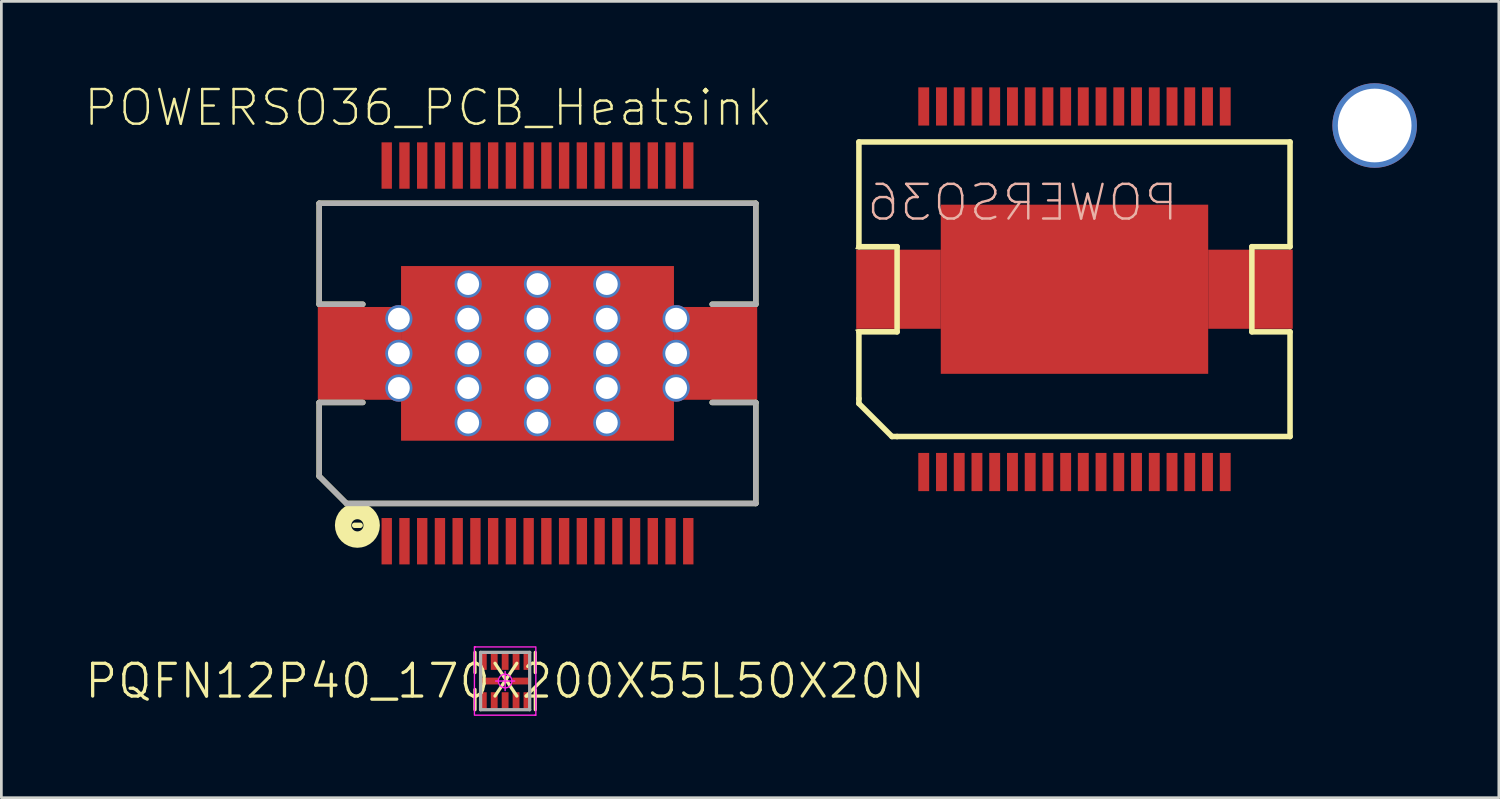
<source format=kicad_pcb>
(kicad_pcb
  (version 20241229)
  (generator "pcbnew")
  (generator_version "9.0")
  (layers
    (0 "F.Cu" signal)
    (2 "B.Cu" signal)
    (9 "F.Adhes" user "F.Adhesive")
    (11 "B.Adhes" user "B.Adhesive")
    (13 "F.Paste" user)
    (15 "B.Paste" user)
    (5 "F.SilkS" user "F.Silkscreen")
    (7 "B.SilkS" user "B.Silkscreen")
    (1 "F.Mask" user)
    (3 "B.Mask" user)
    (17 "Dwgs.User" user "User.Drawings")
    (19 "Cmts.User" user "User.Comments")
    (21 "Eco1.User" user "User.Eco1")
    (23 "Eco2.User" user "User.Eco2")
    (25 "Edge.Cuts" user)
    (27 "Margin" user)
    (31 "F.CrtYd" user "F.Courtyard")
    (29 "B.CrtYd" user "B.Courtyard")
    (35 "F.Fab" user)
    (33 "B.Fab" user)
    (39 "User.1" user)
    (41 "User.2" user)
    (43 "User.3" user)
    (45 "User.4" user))
  (footprint "PQFN12P40_170X200X55L50X20N"
    (layer "F.Cu")
    (at 15.46 21.906)
    (property "Reference" "PQFN12P40_170X200X55L50X20N" (at 0 0 0) (layer "F.SilkS") (effects (font (size 1.2 1.2) (thickness 0.12))))
    (attr smd)
    (fp_line (start -1.105 -1.05) (end -1.105 -0.31) (stroke (width 0.12) (type solid)) (layer "F.SilkS"))
    (fp_line (start -1.105 1.05) (end -1.105 0.31) (stroke (width 0.12) (type solid)) (layer "F.SilkS"))
    (fp_line (start 1.105 -1.05) (end 1.105 -0.31) (stroke (width 0.12) (type solid)) (layer "F.SilkS"))
    (fp_line (start 1.105 1.05) (end 1.105 0.31) (stroke (width 0.12) (type solid)) (layer "F.SilkS"))
    (fp_line (start -1.125 -1.25) (end -1.125 1.25) (stroke (width 0.05) (type solid)) (layer "F.CrtYd"))
    (fp_line (start -1.1 -1.25) (end -1.125 -1.25) (stroke (width 0.05) (type solid)) (layer "F.CrtYd"))
    (fp_line (start -1.1 -1.25) (end -1.1 -1.25) (stroke (width 0.05) (type solid)) (layer "F.CrtYd"))
    (fp_line (start -1.1 1.25) (end 1.1 1.25) (stroke (width 0.05) (type solid)) (layer "F.CrtYd"))
    (fp_line (start -0.35 0) (end 0.35 0) (stroke (width 0.05) (type solid)) (layer "F.CrtYd"))
    (fp_line (start 0 -0.35) (end 0 0.35) (stroke (width 0.05) (type solid)) (layer "F.CrtYd"))
    (fp_line (start 1.1 -1.25) (end -1.1 -1.25) (stroke (width 0.05) (type solid)) (layer "F.CrtYd"))
    (fp_line (start 1.1 1.25) (end 1.1 1.25) (stroke (width 0.05) (type solid)) (layer "F.CrtYd"))
    (fp_line (start 1.1 1.25) (end 1.125 1.25) (stroke (width 0.05) (type solid)) (layer "F.CrtYd"))
    (fp_line (start 1.125 1.25) (end 1.125 -1.25) (stroke (width 0.05) (type solid)) (layer "F.CrtYd"))
    (fp_circle (center 0 0) (end 0 0.25) (stroke (width 0.05) (type solid)) (fill no) (layer "F.CrtYd"))
    (fp_line (start -0.9 -1.05) (end 0.9 -1.05) (stroke (width 0.12) (type solid)) (layer "F.Fab"))
    (fp_line (start -0.9 1.05) (end -0.9 -1.05) (stroke (width 0.12) (type solid)) (layer "F.Fab"))
    (fp_line (start 0.9 -1.05) (end 0.9 1.05) (stroke (width 0.12) (type solid)) (layer "F.Fab"))
    (fp_line (start 0.9 1.05) (end -0.9 1.05) (stroke (width 0.12) (type solid)) (layer "F.Fab"))
    (pad "1" smd rect (at -0.8 0.73 90) (size 0.64 0.25) (layers "F.Cu" "F.Mask" "F.Paste"))
    (pad "2" smd rect (at -0.4 0.73 90) (size 0.64 0.25) (layers "F.Cu" "F.Mask" "F.Paste"))
    (pad "3" smd rect (at 0 0.73 90) (size 0.64 0.25) (layers "F.Cu" "F.Mask" "F.Paste"))
    (pad "4" smd rect (at 0.4 0.73 90) (size 0.64 0.25) (layers "F.Cu" "F.Mask" "F.Paste"))
    (pad "5" smd rect (at 0.8 0.73 90) (size 0.64 0.25) (layers "F.Cu" "F.Mask" "F.Paste"))
    (pad "6" smd rect (at 0.58 0) (size 0.64 0.25) (layers "F.Cu" "F.Mask" "F.Paste"))
    (pad "7" smd rect (at 0.8 -0.73 90) (size 0.64 0.25) (layers "F.Cu" "F.Mask" "F.Paste"))
    (pad "8" smd rect (at 0.4 -0.73 90) (size 0.64 0.25) (layers "F.Cu" "F.Mask" "F.Paste"))
    (pad "9" smd rect (at 0 -0.73 90) (size 0.64 0.25) (layers "F.Cu" "F.Mask" "F.Paste"))
    (pad "10" smd rect (at -0.4 -0.73 90) (size 0.64 0.25) (layers "F.Cu" "F.Mask" "F.Paste"))
    (pad "11" smd rect (at -0.8 -0.73 90) (size 0.64 0.25) (layers "F.Cu" "F.Mask" "F.Paste"))
    (pad "12" smd rect (at -0.58 0) (size 0.64 0.25) (layers "F.Cu" "F.Mask" "F.Paste")))
  (footprint "POWERSO36"
    (layer "F.Cu")
    (at 36.323 7.549)
    (property "Reference" "POWERSO36" (at -1.905 -3.175 0) (layer "B.SilkS") (effects (font (size 1.27 1.27) (thickness 0.089)) (justify mirror)))
    (attr smd)
    (fp_line (start -7.998 -1.499) (end -6.5 -1.499) (stroke (width 0.066) (type solid)) (layer "F.SilkS"))
    (fp_line (start -7.998 1.499) (end -6.5 1.499) (stroke (width 0.066) (type solid)) (layer "F.SilkS"))
    (fp_line (start -7.899 -5.397) (end 7.899 -5.397) (stroke (width 0.203) (type solid)) (layer "F.SilkS"))
    (fp_line (start -7.899 -1.56) (end -7.899 -5.397) (stroke (width 0.203) (type solid)) (layer "F.SilkS"))
    (fp_line (start -7.899 1.56) (end -6.5 1.56) (stroke (width 0.203) (type solid)) (layer "F.SilkS"))
    (fp_line (start -7.899 4.008) (end -7.899 1.56) (stroke (width 0.203) (type solid)) (layer "F.SilkS"))
    (fp_line (start -7.899 4.188) (end -7.899 4.008) (stroke (width 0.203) (type solid)) (layer "F.SilkS"))
    (fp_line (start -6.688 5.397) (end -7.899 4.188) (stroke (width 0.203) (type solid)) (layer "F.SilkS"))
    (fp_line (start -6.5 -1.56) (end -7.899 -1.56) (stroke (width 0.203) (type solid)) (layer "F.SilkS"))
    (fp_line (start -6.5 1.499) (end -6.5 -1.499) (stroke (width 0.066) (type solid)) (layer "F.SilkS"))
    (fp_line (start -6.5 1.56) (end -6.5 -1.56) (stroke (width 0.203) (type solid)) (layer "F.SilkS"))
    (fp_line (start -6.5 5.397) (end -6.688 5.397) (stroke (width 0.203) (type solid)) (layer "F.SilkS"))
    (fp_line (start 6.5 -1.56) (end 6.5 1.56) (stroke (width 0.203) (type solid)) (layer "F.SilkS"))
    (fp_line (start 6.5 1.499) (end 6.5 -1.499) (stroke (width 0.066) (type solid)) (layer "F.SilkS"))
    (fp_line (start 6.5 1.56) (end 7.899 1.56) (stroke (width 0.203) (type solid)) (layer "F.SilkS"))
    (fp_line (start 7.899 -5.397) (end 7.899 -1.56) (stroke (width 0.203) (type solid)) (layer "F.SilkS"))
    (fp_line (start 7.899 -1.56) (end 6.5 -1.56) (stroke (width 0.203) (type solid)) (layer "F.SilkS"))
    (fp_line (start 7.899 1.56) (end 7.899 5.397) (stroke (width 0.203) (type solid)) (layer "F.SilkS"))
    (fp_line (start 7.899 5.397) (end -6.5 5.397) (stroke (width 0.203) (type solid)) (layer "F.SilkS"))
    (pad "" thru_hole circle (at 11 -6) (size 3.099 3.099) (drill 2.7) (layers "*.Cu" "*.Mask"))
    (pad "1" smd rect (at -5.524 6.698) (size 0.399 1.4) (layers "F.Cu" "F.Mask" "F.Paste"))
    (pad "2" smd rect (at -4.874 6.698) (size 0.399 1.4) (layers "F.Cu" "F.Mask" "F.Paste"))
    (pad "3" smd rect (at -4.224 6.698) (size 0.399 1.4) (layers "F.Cu" "F.Mask" "F.Paste"))
    (pad "4" smd rect (at -3.574 6.698) (size 0.399 1.4) (layers "F.Cu" "F.Mask" "F.Paste"))
    (pad "5" smd rect (at -2.924 6.698) (size 0.399 1.4) (layers "F.Cu" "F.Mask" "F.Paste"))
    (pad "6" smd rect (at -2.273 6.698) (size 0.399 1.4) (layers "F.Cu" "F.Mask" "F.Paste"))
    (pad "7" smd rect (at -1.623 6.698) (size 0.399 1.4) (layers "F.Cu" "F.Mask" "F.Paste"))
    (pad "8" smd rect (at -0.973 6.698) (size 0.399 1.4) (layers "F.Cu" "F.Mask" "F.Paste"))
    (pad "9" smd rect (at -0.323 6.698) (size 0.399 1.4) (layers "F.Cu" "F.Mask" "F.Paste"))
    (pad "10" smd rect (at 0.323 6.698) (size 0.399 1.4) (layers "F.Cu" "F.Mask" "F.Paste"))
    (pad "11" smd rect (at 0.973 6.698) (size 0.399 1.4) (layers "F.Cu" "F.Mask" "F.Paste"))
    (pad "12" smd rect (at 1.623 6.698) (size 0.399 1.4) (layers "F.Cu" "F.Mask" "F.Paste"))
    (pad "13" smd rect (at 2.273 6.698) (size 0.399 1.4) (layers "F.Cu" "F.Mask" "F.Paste"))
    (pad "14" smd rect (at 2.924 6.698) (size 0.399 1.4) (layers "F.Cu" "F.Mask" "F.Paste"))
    (pad "15" smd rect (at 3.574 6.698) (size 0.399 1.4) (layers "F.Cu" "F.Mask" "F.Paste"))
    (pad "16" smd rect (at 4.224 6.698) (size 0.399 1.4) (layers "F.Cu" "F.Mask" "F.Paste"))
    (pad "17" smd rect (at 4.874 6.698) (size 0.399 1.4) (layers "F.Cu" "F.Mask" "F.Paste"))
    (pad "18" smd rect (at 5.524 6.698) (size 0.399 1.4) (layers "F.Cu" "F.Mask" "F.Paste"))
    (pad "19" smd rect (at 5.524 -6.698) (size 0.399 1.4) (layers "F.Cu" "F.Mask" "F.Paste"))
    (pad "20" smd rect (at 4.874 -6.698) (size 0.399 1.4) (layers "F.Cu" "F.Mask" "F.Paste"))
    (pad "21" smd rect (at 4.224 -6.698) (size 0.399 1.4) (layers "F.Cu" "F.Mask" "F.Paste"))
    (pad "22" smd rect (at 3.574 -6.698) (size 0.399 1.4) (layers "F.Cu" "F.Mask" "F.Paste"))
    (pad "23" smd rect (at 2.924 -6.698) (size 0.399 1.4) (layers "F.Cu" "F.Mask" "F.Paste"))
    (pad "24" smd rect (at 2.273 -6.698) (size 0.399 1.4) (layers "F.Cu" "F.Mask" "F.Paste"))
    (pad "25" smd rect (at 1.623 -6.698) (size 0.399 1.4) (layers "F.Cu" "F.Mask" "F.Paste"))
    (pad "26" smd rect (at 0.973 -6.698) (size 0.399 1.4) (layers "F.Cu" "F.Mask" "F.Paste"))
    (pad "27" smd rect (at 0.323 -6.698) (size 0.399 1.4) (layers "F.Cu" "F.Mask" "F.Paste"))
    (pad "28" smd rect (at -0.323 -6.698) (size 0.399 1.4) (layers "F.Cu" "F.Mask" "F.Paste"))
    (pad "29" smd rect (at -0.973 -6.698) (size 0.399 1.4) (layers "F.Cu" "F.Mask" "F.Paste"))
    (pad "30" smd rect (at -1.623 -6.698) (size 0.399 1.4) (layers "F.Cu" "F.Mask" "F.Paste"))
    (pad "31" smd rect (at -2.273 -6.698) (size 0.399 1.4) (layers "F.Cu" "F.Mask" "F.Paste"))
    (pad "32" smd rect (at -2.924 -6.698) (size 0.399 1.4) (layers "F.Cu" "F.Mask" "F.Paste"))
    (pad "33" smd rect (at -3.574 -6.698) (size 0.399 1.4) (layers "F.Cu" "F.Mask" "F.Paste"))
    (pad "34" smd rect (at -4.224 -6.698) (size 0.399 1.4) (layers "F.Cu" "F.Mask" "F.Paste"))
    (pad "35" smd rect (at -4.874 -6.698) (size 0.399 1.4) (layers "F.Cu" "F.Mask" "F.Paste"))
    (pad "36" smd rect (at -5.524 -6.698) (size 0.399 1.4) (layers "F.Cu" "F.Mask" "F.Paste"))
    (pad "37" smd rect (at -6.449 0) (size 3.099 2.898) (layers "F.Cu" "F.Mask" "F.Paste"))
    (pad "37" smd rect (at 0 0) (size 9.799 6.198) (layers "F.Cu" "F.Mask" "F.Paste"))
    (pad "37" smd rect (at 6.449 0) (size 3.099 2.898) (layers "F.Cu" "F.Mask" "F.Paste")))
  (footprint "POWERSO36_PCB_Heatsink"
    (layer "F.Cu")
    (at 16.646 9.899)
    (property "Reference" "POWERSO36_PCB_Heatsink" (at -4 -9 0) (layer "F.SilkS") (effects (font (size 1.27 1.27) (thickness 0.089))))
    (attr smd)
    (fp_line (start -8 -5.5) (end -8 -1.8) (stroke (width 0.2) (type solid)) (layer "F.SilkS"))
    (fp_line (start -8 -5.5) (end 8 -5.5) (stroke (width 0.2) (type solid)) (layer "F.SilkS"))
    (fp_line (start -8 -1.8) (end -6.4 -1.8) (stroke (width 0.2) (type solid)) (layer "F.SilkS"))
    (fp_line (start -8 1.8) (end -6.4 1.8) (stroke (width 0.2) (type solid)) (layer "F.SilkS"))
    (fp_line (start -8 4.5) (end -8 1.8) (stroke (width 0.2) (type solid)) (layer "F.SilkS"))
    (fp_line (start -8 4.5) (end -7 5.5) (stroke (width 0.2) (type solid)) (layer "F.SilkS"))
    (fp_line (start -7 5.5) (end 8 5.5) (stroke (width 0.2) (type solid)) (layer "F.SilkS"))
    (fp_line (start -6.7 6.3) (end -6.5 6.3) (stroke (width 0.2) (type solid)) (layer "F.SilkS"))
    (fp_line (start 6.4 -1.8) (end 8 -1.8) (stroke (width 0.2) (type solid)) (layer "F.SilkS"))
    (fp_line (start 6.4 1.8) (end 8 1.8) (stroke (width 0.2) (type solid)) (layer "F.SilkS"))
    (fp_line (start 8 -5.5) (end 8 -1.8) (stroke (width 0.2) (type solid)) (layer "F.SilkS"))
    (fp_line (start 8 5.5) (end 8 1.8) (stroke (width 0.2) (type solid)) (layer "F.SilkS"))
    (fp_circle (center -6.6 6.3) (end -6.5 6.5) (stroke (width 0.6) (type solid)) (fill no) (layer "F.SilkS"))
    (fp_line (start -8 -5.5) (end -8 -1.8) (stroke (width 0.2) (type solid)) (layer "F.Fab"))
    (fp_line (start -8 -5.5) (end 8 -5.5) (stroke (width 0.2) (type solid)) (layer "F.Fab"))
    (fp_line (start -8 -1.8) (end -6.4 -1.8) (stroke (width 0.2) (type solid)) (layer "F.Fab"))
    (fp_line (start -8 1.8) (end -6.4 1.8) (stroke (width 0.2) (type solid)) (layer "F.Fab"))
    (fp_line (start -8 4.5) (end -8 1.8) (stroke (width 0.2) (type solid)) (layer "F.Fab"))
    (fp_line (start -8 4.5) (end -7 5.5) (stroke (width 0.2) (type solid)) (layer "F.Fab"))
    (fp_line (start -7 5.5) (end 8 5.5) (stroke (width 0.2) (type solid)) (layer "F.Fab"))
    (fp_line (start 6.4 -1.8) (end 8 -1.8) (stroke (width 0.2) (type solid)) (layer "F.Fab"))
    (fp_line (start 6.4 1.8) (end 8 1.8) (stroke (width 0.2) (type solid)) (layer "F.Fab"))
    (fp_line (start 8 -5.5) (end 8 -1.8) (stroke (width 0.2) (type solid)) (layer "F.Fab"))
    (fp_line (start 8 5.5) (end 8 1.8) (stroke (width 0.2) (type solid)) (layer "F.Fab"))
    (pad "1" smd rect (at -5.525 6.883) (size 0.38 1.7) (layers "F.Cu" "F.Mask" "F.Paste"))
    (pad "2" smd rect (at -4.875 6.883) (size 0.38 1.7) (layers "F.Cu" "F.Mask" "F.Paste"))
    (pad "3" smd rect (at -4.225 6.883) (size 0.38 1.7) (layers "F.Cu" "F.Mask" "F.Paste"))
    (pad "4" smd rect (at -3.575 6.883) (size 0.38 1.7) (layers "F.Cu" "F.Mask" "F.Paste"))
    (pad "5" smd rect (at -2.925 6.883) (size 0.38 1.7) (layers "F.Cu" "F.Mask" "F.Paste"))
    (pad "6" smd rect (at -2.275 6.883) (size 0.38 1.7) (layers "F.Cu" "F.Mask" "F.Paste"))
    (pad "7" smd rect (at -1.625 6.883) (size 0.38 1.7) (layers "F.Cu" "F.Mask" "F.Paste"))
    (pad "8" smd rect (at -0.975 6.883) (size 0.38 1.7) (layers "F.Cu" "F.Mask" "F.Paste"))
    (pad "9" smd rect (at -0.325 6.883) (size 0.38 1.7) (layers "F.Cu" "F.Mask" "F.Paste"))
    (pad "10" smd rect (at 0.325 6.883) (size 0.38 1.7) (layers "F.Cu" "F.Mask" "F.Paste"))
    (pad "11" smd rect (at 0.975 6.883) (size 0.38 1.7) (layers "F.Cu" "F.Mask" "F.Paste"))
    (pad "12" smd rect (at 1.625 6.883) (size 0.38 1.7) (layers "F.Cu" "F.Mask" "F.Paste"))
    (pad "13" smd rect (at 2.275 6.883) (size 0.38 1.7) (layers "F.Cu" "F.Mask" "F.Paste"))
    (pad "14" smd rect (at 2.925 6.883) (size 0.38 1.7) (layers "F.Cu" "F.Mask" "F.Paste"))
    (pad "15" smd rect (at 3.575 6.883) (size 0.38 1.7) (layers "F.Cu" "F.Mask" "F.Paste"))
    (pad "16" smd rect (at 4.225 6.883) (size 0.38 1.7) (layers "F.Cu" "F.Mask" "F.Paste"))
    (pad "17" smd rect (at 4.875 6.883) (size 0.38 1.7) (layers "F.Cu" "F.Mask" "F.Paste"))
    (pad "18" smd rect (at 5.525 6.883) (size 0.38 1.7) (layers "F.Cu" "F.Mask" "F.Paste"))
    (pad "19" smd rect (at 5.525 -6.883) (size 0.38 1.7) (layers "F.Cu" "F.Mask" "F.Paste"))
    (pad "20" smd rect (at 4.875 -6.883) (size 0.38 1.7) (layers "F.Cu" "F.Mask" "F.Paste"))
    (pad "21" smd rect (at 4.225 -6.883) (size 0.38 1.7) (layers "F.Cu" "F.Mask" "F.Paste"))
    (pad "22" smd rect (at 3.575 -6.883) (size 0.38 1.7) (layers "F.Cu" "F.Mask" "F.Paste"))
    (pad "23" smd rect (at 2.925 -6.883) (size 0.38 1.7) (layers "F.Cu" "F.Mask" "F.Paste"))
    (pad "24" smd rect (at 2.275 -6.883) (size 0.38 1.7) (layers "F.Cu" "F.Mask" "F.Paste"))
    (pad "25" smd rect (at 1.625 -6.883) (size 0.38 1.7) (layers "F.Cu" "F.Mask" "F.Paste"))
    (pad "26" smd rect (at 0.975 -6.883) (size 0.38 1.7) (layers "F.Cu" "F.Mask" "F.Paste"))
    (pad "27" smd rect (at 0.325 -6.883) (size 0.38 1.7) (layers "F.Cu" "F.Mask" "F.Paste"))
    (pad "28" smd rect (at -0.325 -6.883) (size 0.38 1.7) (layers "F.Cu" "F.Mask" "F.Paste"))
    (pad "29" smd rect (at -0.975 -6.883) (size 0.38 1.7) (layers "F.Cu" "F.Mask" "F.Paste"))
    (pad "30" smd rect (at -1.625 -6.883) (size 0.38 1.7) (layers "F.Cu" "F.Mask" "F.Paste"))
    (pad "31" smd rect (at -2.275 -6.883) (size 0.38 1.7) (layers "F.Cu" "F.Mask" "F.Paste"))
    (pad "32" smd rect (at -2.925 -6.883) (size 0.38 1.7) (layers "F.Cu" "F.Mask" "F.Paste"))
    (pad "33" smd rect (at -3.575 -6.883) (size 0.38 1.7) (layers "F.Cu" "F.Mask" "F.Paste"))
    (pad "34" smd rect (at -4.225 -6.883) (size 0.38 1.7) (layers "F.Cu" "F.Mask" "F.Paste"))
    (pad "35" smd rect (at -4.875 -6.883) (size 0.38 1.7) (layers "F.Cu" "F.Mask" "F.Paste"))
    (pad "36" smd rect (at -5.525 -6.883) (size 0.38 1.7) (layers "F.Cu" "F.Mask" "F.Paste"))
    (pad "37" smd rect (at -6.525 0) (size 3.05 3.4) (layers "F.Cu" "F.Mask" "F.Paste"))
    (pad "37" thru_hole circle (at -5.08 -1.27) (size 1 1) (drill 0.8) (layers "*.Cu" "*.Paste" "*.Mask"))
    (pad "37" thru_hole circle (at -5.08 0) (size 1 1) (drill 0.8) (layers "*.Cu" "*.Paste" "*.Mask"))
    (pad "37" thru_hole circle (at -5.08 1.27) (size 1 1) (drill 0.8) (layers "*.Cu" "*.Paste" "*.Mask"))
    (pad "37" thru_hole circle (at -2.54 -2.54) (size 1 1) (drill 0.8) (layers "*.Cu" "*.Paste" "*.Mask"))
    (pad "37" thru_hole circle (at -2.54 -1.27) (size 1 1) (drill 0.8) (layers "*.Cu" "*.Paste" "*.Mask"))
    (pad "37" thru_hole circle (at -2.54 0) (size 1 1) (drill 0.8) (layers "*.Cu" "*.Paste" "*.Mask"))
    (pad "37" thru_hole circle (at -2.54 1.27) (size 1 1) (drill 0.8) (layers "*.Cu" "*.Paste" "*.Mask"))
    (pad "37" thru_hole circle (at -2.54 2.54) (size 1 1) (drill 0.8) (layers "*.Cu" "*.Paste" "*.Mask"))
    (pad "37" thru_hole circle (at 0 -2.54) (size 1 1) (drill 0.8) (layers "*.Cu" "*.Paste" "*.Mask"))
    (pad "37" thru_hole circle (at 0 -1.27) (size 1 1) (drill 0.8) (layers "*.Cu" "*.Paste" "*.Mask"))
    (pad "37" thru_hole circle (at 0 0) (size 1 1) (drill 0.8) (layers "*.Cu" "*.Paste" "*.Mask"))
    (pad "37" smd rect (at 0 0) (size 10 6.4) (layers "F.Cu" "F.Mask" "F.Paste"))
    (pad "37" thru_hole circle (at 0 1.27) (size 1 1) (drill 0.8) (layers "*.Cu" "*.Paste" "*.Mask"))
    (pad "37" thru_hole circle (at 0 2.54) (size 1 1) (drill 0.8) (layers "*.Cu" "*.Paste" "*.Mask"))
    (pad "37" thru_hole circle (at 2.54 -2.54) (size 1 1) (drill 0.8) (layers "*.Cu" "*.Paste" "*.Mask"))
    (pad "37" thru_hole circle (at 2.54 -1.27) (size 1 1) (drill 0.8) (layers "*.Cu" "*.Paste" "*.Mask"))
    (pad "37" thru_hole circle (at 2.54 0) (size 1 1) (drill 0.8) (layers "*.Cu" "*.Paste" "*.Mask"))
    (pad "37" thru_hole circle (at 2.54 1.27) (size 1 1) (drill 0.8) (layers "*.Cu" "*.Paste" "*.Mask"))
    (pad "37" thru_hole circle (at 2.54 2.54) (size 1 1) (drill 0.8) (layers "*.Cu" "*.Paste" "*.Mask"))
    (pad "37" thru_hole circle (at 5.08 -1.27) (size 1 1) (drill 0.8) (layers "*.Cu" "*.Paste" "*.Mask"))
    (pad "37" thru_hole circle (at 5.08 0) (size 1 1) (drill 0.8) (layers "*.Cu" "*.Paste" "*.Mask"))
    (pad "37" thru_hole circle (at 5.08 1.27) (size 1 1) (drill 0.8) (layers "*.Cu" "*.Paste" "*.Mask"))
    (pad "37" smd rect (at 6.525 0) (size 3.05 3.4) (layers "F.Cu" "F.Mask" "F.Paste")))
  (gr_rect
    (start -3 -3)
    (end 51.873 26.181)
    (stroke (width 0.1) (type default))
    (fill no)
    (layer "Edge.Cuts")))
</source>
